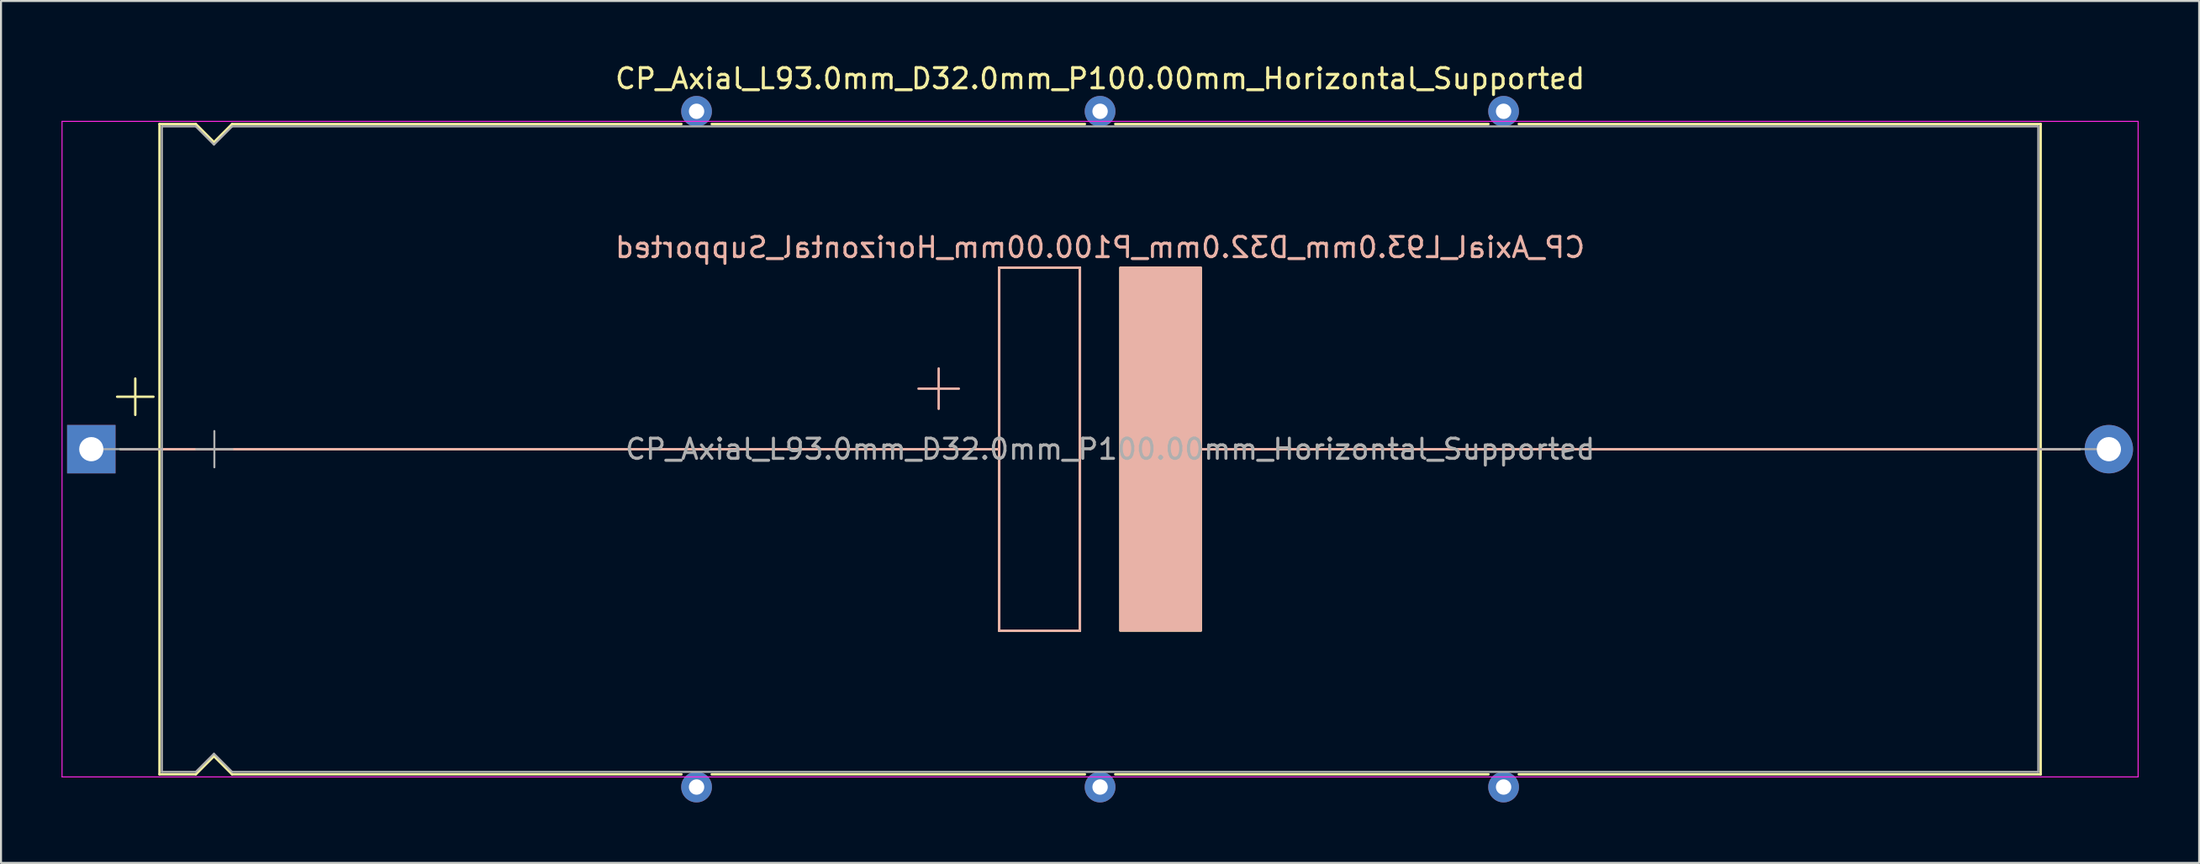
<source format=kicad_pcb>
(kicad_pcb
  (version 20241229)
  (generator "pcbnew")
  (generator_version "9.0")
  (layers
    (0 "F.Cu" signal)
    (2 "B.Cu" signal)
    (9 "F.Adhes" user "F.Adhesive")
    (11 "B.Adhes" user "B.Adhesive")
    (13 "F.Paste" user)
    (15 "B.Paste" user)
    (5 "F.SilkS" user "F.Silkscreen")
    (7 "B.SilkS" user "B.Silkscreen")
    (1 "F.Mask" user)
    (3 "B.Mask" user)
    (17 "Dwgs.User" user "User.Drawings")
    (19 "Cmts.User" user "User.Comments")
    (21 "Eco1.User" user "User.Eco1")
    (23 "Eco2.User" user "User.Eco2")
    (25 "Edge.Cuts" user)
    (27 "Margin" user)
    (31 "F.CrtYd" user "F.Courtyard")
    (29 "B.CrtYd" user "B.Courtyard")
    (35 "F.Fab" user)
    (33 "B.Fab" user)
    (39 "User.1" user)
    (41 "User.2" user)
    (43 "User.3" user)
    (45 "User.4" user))
  (footprint "CP_Axial_L93.0mm_D32.0mm_P100.00mm_Horizontal_Supported"
    (layer "F.Cu")
    (at 1.475 19.218)
    (property "Reference" "CP_Axial_L93.0mm_D32.0mm_P100.00mm_Horizontal_Supported" (at 50 -18.37 0) (layer "F.SilkS") (effects (font (size 1 1) (thickness 0.15))))
    (fp_line (start 1.28 -2.6) (end 3.08 -2.6) (stroke (width 0.12) (type solid)) (layer "F.SilkS"))
    (fp_line (start 1.44 0) (end 3.38 0) (stroke (width 0.12) (type solid)) (layer "F.SilkS"))
    (fp_line (start 2.18 -3.5) (end 2.18 -1.7) (stroke (width 0.12) (type solid)) (layer "F.SilkS"))
    (fp_line (start 3.38 -16.12) (end 3.38 16.12) (stroke (width 0.12) (type solid)) (layer "F.SilkS"))
    (fp_line (start 3.38 -16.12) (end 5.18 -16.12) (stroke (width 0.12) (type solid)) (layer "F.SilkS"))
    (fp_line (start 3.38 0) (end 45 0) (stroke (width 0.12) (type solid)) (layer "F.SilkS"))
    (fp_line (start 3.38 16.12) (end 5.18 16.12) (stroke (width 0.12) (type solid)) (layer "F.SilkS"))
    (fp_line (start 5.18 -16.12) (end 6.08 -15.22) (stroke (width 0.12) (type solid)) (layer "F.SilkS"))
    (fp_line (start 5.18 16.12) (end 6.08 15.22) (stroke (width 0.12) (type solid)) (layer "F.SilkS"))
    (fp_line (start 6.08 -15.22) (end 6.98 -16.12) (stroke (width 0.12) (type solid)) (layer "F.SilkS"))
    (fp_line (start 6.08 15.22) (end 6.98 16.12) (stroke (width 0.12) (type solid)) (layer "F.SilkS"))
    (fp_line (start 6.98 -16.12) (end 29.25 -16.12) (stroke (width 0.12) (type solid)) (layer "F.SilkS"))
    (fp_line (start 6.98 16.12) (end 29.25 16.12) (stroke (width 0.12) (type solid)) (layer "F.SilkS"))
    (fp_line (start 30.75 -16.12) (end 49.25 -16.12) (stroke (width 0.12) (type solid)) (layer "F.SilkS"))
    (fp_line (start 30.75 16.12) (end 49.25 16.12) (stroke (width 0.12) (type solid)) (layer "F.SilkS"))
    (fp_line (start 45 -9) (end 49 -9) (stroke (width 0.12) (type solid)) (layer "F.SilkS"))
    (fp_line (start 45 9) (end 45 -9) (stroke (width 0.12) (type solid)) (layer "F.SilkS"))
    (fp_line (start 49 -9) (end 49 9) (stroke (width 0.12) (type solid)) (layer "F.SilkS"))
    (fp_line (start 49 9) (end 45 9) (stroke (width 0.12) (type solid)) (layer "F.SilkS"))
    (fp_line (start 50.75 -16.12) (end 69.25 -16.12) (stroke (width 0.12) (type solid)) (layer "F.SilkS"))
    (fp_line (start 50.75 16.12) (end 69.25 16.12) (stroke (width 0.12) (type solid)) (layer "F.SilkS"))
    (fp_line (start 54.5 0) (end 96.62 0) (stroke (width 0.12) (type solid)) (layer "F.SilkS"))
    (fp_line (start 70.75 -16.12) (end 96.62 -16.12) (stroke (width 0.12) (type solid)) (layer "F.SilkS"))
    (fp_line (start 70.75 16.12) (end 96.62 16.12) (stroke (width 0.12) (type solid)) (layer "F.SilkS"))
    (fp_line (start 96.62 -16.12) (end 96.62 16.12) (stroke (width 0.12) (type solid)) (layer "F.SilkS"))
    (fp_line (start 98.56 0) (end 96.62 0) (stroke (width 0.12) (type solid)) (layer "F.SilkS"))
    (fp_poly (pts (xy 55 9) (xy 51 9) (xy 51 -9) (xy 55 -9)) (stroke (width 0.1) (type solid)) (fill yes) (layer "F.SilkS"))
    (fp_line (start 1.5 0) (end 16.88 0) (stroke (width 0.12) (type solid)) (layer "B.SilkS"))
    (fp_line (start 16.88 0) (end 45 0) (stroke (width 0.12) (type solid)) (layer "B.SilkS"))
    (fp_line (start 42 -2) (end 42 -4) (stroke (width 0.12) (type solid)) (layer "B.SilkS"))
    (fp_line (start 43 -3) (end 41 -3) (stroke (width 0.12) (type solid)) (layer "B.SilkS"))
    (fp_line (start 45 -9) (end 49 -9) (stroke (width 0.12) (type solid)) (layer "B.SilkS"))
    (fp_line (start 45 9) (end 45 -9) (stroke (width 0.12) (type solid)) (layer "B.SilkS"))
    (fp_line (start 49 -9) (end 49 9) (stroke (width 0.12) (type solid)) (layer "B.SilkS"))
    (fp_line (start 49 9) (end 45 9) (stroke (width 0.12) (type solid)) (layer "B.SilkS"))
    (fp_line (start 55 0) (end 84.12 0) (stroke (width 0.12) (type solid)) (layer "B.SilkS"))
    (fp_line (start 98.5 0) (end 84.12 0) (stroke (width 0.12) (type solid)) (layer "B.SilkS"))
    (fp_poly (pts (xy 55 9) (xy 51 9) (xy 51 -9) (xy 55 -9)) (stroke (width 0.1) (type solid)) (fill yes) (layer "B.SilkS"))
    (fp_line (start -1.45 -16.25) (end -1.45 16.25) (stroke (width 0.05) (type solid)) (layer "F.CrtYd"))
    (fp_line (start -1.45 16.25) (end 101.45 16.25) (stroke (width 0.05) (type solid)) (layer "F.CrtYd"))
    (fp_line (start 101.45 -16.25) (end -1.45 -16.25) (stroke (width 0.05) (type solid)) (layer "F.CrtYd"))
    (fp_line (start 101.45 16.25) (end 101.45 -16.25) (stroke (width 0.05) (type solid)) (layer "F.CrtYd"))
    (fp_line (start 0 0) (end 3.5 0) (stroke (width 0.1) (type solid)) (layer "F.Fab"))
    (fp_line (start 3.5 -16) (end 3.5 16) (stroke (width 0.1) (type solid)) (layer "F.Fab"))
    (fp_line (start 3.5 -16) (end 5.18 -16) (stroke (width 0.1) (type solid)) (layer "F.Fab"))
    (fp_line (start 3.5 16) (end 5.18 16) (stroke (width 0.1) (type solid)) (layer "F.Fab"))
    (fp_line (start 5.18 -16) (end 6.08 -15.1) (stroke (width 0.1) (type solid)) (layer "F.Fab"))
    (fp_line (start 5.18 16) (end 6.08 15.1) (stroke (width 0.1) (type solid)) (layer "F.Fab"))
    (fp_line (start 5.2 0) (end 7 0) (stroke (width 0.1) (type solid)) (layer "F.Fab"))
    (fp_line (start 6.08 -15.1) (end 6.98 -16) (stroke (width 0.1) (type solid)) (layer "F.Fab"))
    (fp_line (start 6.08 15.1) (end 6.98 16) (stroke (width 0.1) (type solid)) (layer "F.Fab"))
    (fp_line (start 6.1 -0.9) (end 6.1 0.9) (stroke (width 0.1) (type solid)) (layer "F.Fab"))
    (fp_line (start 6.98 -16) (end 96.5 -16) (stroke (width 0.1) (type solid)) (layer "F.Fab"))
    (fp_line (start 6.98 16) (end 96.5 16) (stroke (width 0.1) (type solid)) (layer "F.Fab"))
    (fp_line (start 96.5 -16) (end 96.5 16) (stroke (width 0.1) (type solid)) (layer "F.Fab"))
    (fp_line (start 100 0) (end 96.5 0) (stroke (width 0.1) (type solid)) (layer "F.Fab"))
    (fp_text user "${REFERENCE}" (at 50 -10 0) (layer "B.SilkS") (effects (font (size 1 1) (thickness 0.15)) (justify mirror)))
    (fp_text user "${REFERENCE}" (at 50.5 0 0) (layer "F.Fab") (effects (font (size 1 1) (thickness 0.15))))
    (pad "" thru_hole circle (at 30 -16.75) (size 1.524 1.524) (drill 0.762) (layers "*.Cu" "*.Mask"))
    (pad "" thru_hole circle (at 30 16.75) (size 1.524 1.524) (drill 0.762) (layers "*.Cu" "*.Mask"))
    (pad "" thru_hole circle (at 50 -16.75) (size 1.524 1.524) (drill 0.762) (layers "*.Cu" "*.Mask"))
    (pad "" thru_hole circle (at 50 16.75) (size 1.524 1.524) (drill 0.762) (layers "*.Cu" "*.Mask"))
    (pad "" thru_hole circle (at 70 -16.75) (size 1.524 1.524) (drill 0.762) (layers "*.Cu" "*.Mask"))
    (pad "" thru_hole circle (at 70 16.75) (size 1.524 1.524) (drill 0.762) (layers "*.Cu" "*.Mask"))
    (pad "1" thru_hole rect (at 0 0) (size 2.4 2.4) (drill 1.2) (layers "*.Cu" "*.Mask"))
    (pad "2" thru_hole oval (at 100 0) (size 2.4 2.4) (drill 1.2) (layers "*.Cu" "*.Mask")))
  (gr_rect
    (start -3 -3)
    (end 105.95 39.73)
    (stroke (width 0.1) (type default))
    (fill no)
    (layer "Edge.Cuts")))
</source>
